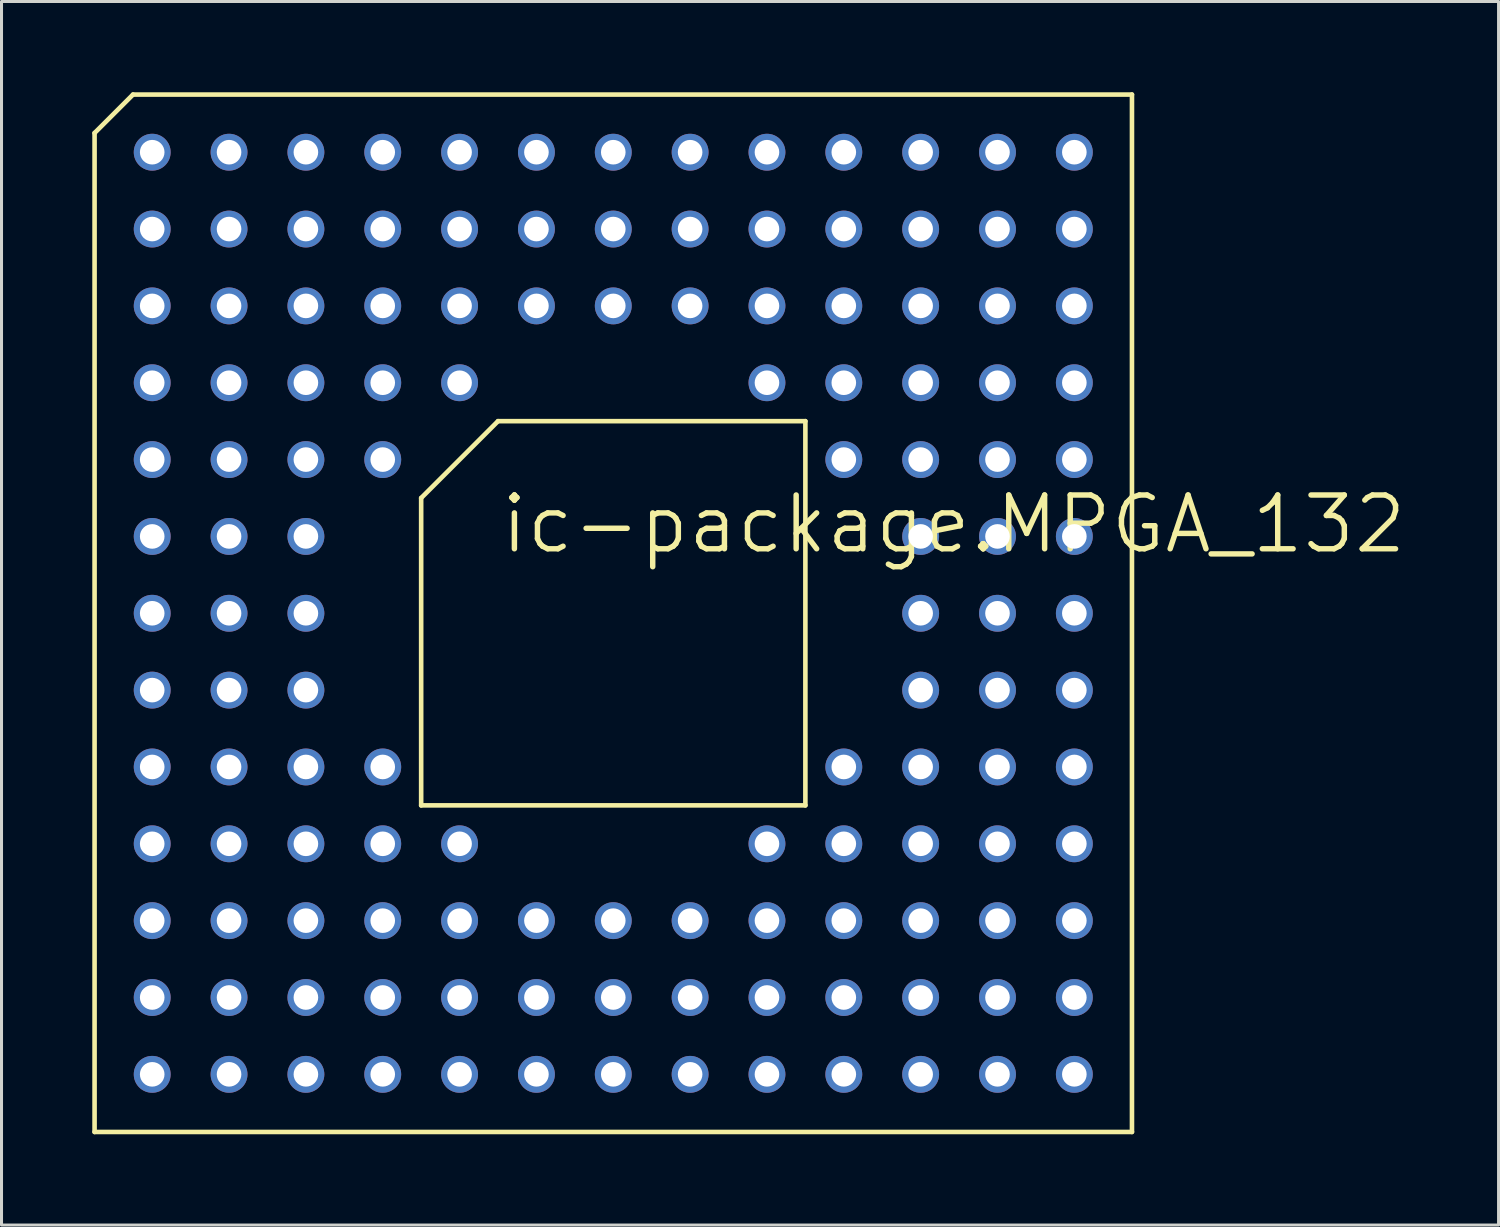
<source format=kicad_pcb>
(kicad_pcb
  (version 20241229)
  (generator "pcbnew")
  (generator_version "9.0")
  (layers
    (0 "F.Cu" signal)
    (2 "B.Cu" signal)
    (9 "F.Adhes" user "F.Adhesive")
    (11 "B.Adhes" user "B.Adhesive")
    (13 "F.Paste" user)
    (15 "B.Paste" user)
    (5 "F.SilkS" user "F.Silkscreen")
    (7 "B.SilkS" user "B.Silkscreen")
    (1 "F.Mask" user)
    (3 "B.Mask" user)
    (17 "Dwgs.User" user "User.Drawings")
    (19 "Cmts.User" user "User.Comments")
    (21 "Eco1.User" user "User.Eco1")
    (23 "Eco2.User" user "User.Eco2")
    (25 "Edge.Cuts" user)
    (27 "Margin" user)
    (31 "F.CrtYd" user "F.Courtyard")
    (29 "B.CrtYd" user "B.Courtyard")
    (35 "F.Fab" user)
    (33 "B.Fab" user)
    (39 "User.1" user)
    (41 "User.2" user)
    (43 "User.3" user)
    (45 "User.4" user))
  (footprint "ic-package.MPGA_132"
    (layer "F.Cu")
    (at 17.221 17.221)
    (property "Reference" "ic-package.MPGA_132" (at -3.81 -1.905 0) (layer "F.SilkS") (effects (font (size 1.778 1.778) (thickness 0.18)) (justify left bottom)))
    (attr through_hole)
    (fp_line (start -17.145 -15.875) (end -15.875 -17.145) (stroke (width 0.152) (type default)) (layer "F.SilkS"))
    (fp_line (start -17.145 17.145) (end -17.145 -15.875) (stroke (width 0.152) (type default)) (layer "F.SilkS"))
    (fp_line (start -15.875 -17.145) (end 17.145 -17.145) (stroke (width 0.152) (type default)) (layer "F.SilkS"))
    (fp_line (start -6.35 -3.81) (end -6.35 6.35) (stroke (width 0.152) (type default)) (layer "F.SilkS"))
    (fp_line (start -6.35 6.35) (end 6.35 6.35) (stroke (width 0.152) (type default)) (layer "F.SilkS"))
    (fp_line (start -3.81 -6.35) (end -6.35 -3.81) (stroke (width 0.152) (type default)) (layer "F.SilkS"))
    (fp_line (start 6.35 -6.35) (end -3.81 -6.35) (stroke (width 0.152) (type default)) (layer "F.SilkS"))
    (fp_line (start 6.35 6.35) (end 6.35 -6.35) (stroke (width 0.152) (type default)) (layer "F.SilkS"))
    (fp_line (start 17.145 -17.145) (end 17.145 17.145) (stroke (width 0.152) (type default)) (layer "F.SilkS"))
    (fp_line (start 17.145 17.145) (end -17.145 17.145) (stroke (width 0.152) (type default)) (layer "F.SilkS"))
    (pad "A01" thru_hole circle (at -15.24 -15.24 90) (size 1.219 1.219) (drill 0.813) (layers "*.Cu" "*.Mask"))
    (pad "A02" thru_hole circle (at -12.7 -15.24 90) (size 1.219 1.219) (drill 0.813) (layers "*.Cu" "*.Mask"))
    (pad "A03" thru_hole circle (at -10.16 -15.24 90) (size 1.219 1.219) (drill 0.813) (layers "*.Cu" "*.Mask"))
    (pad "A04" thru_hole circle (at -7.62 -15.24 90) (size 1.219 1.219) (drill 0.813) (layers "*.Cu" "*.Mask"))
    (pad "A05" thru_hole circle (at -5.08 -15.24 90) (size 1.219 1.219) (drill 0.813) (layers "*.Cu" "*.Mask"))
    (pad "A06" thru_hole circle (at -2.54 -15.24 90) (size 1.219 1.219) (drill 0.813) (layers "*.Cu" "*.Mask"))
    (pad "A07" thru_hole circle (at 0 -15.24 90) (size 1.219 1.219) (drill 0.813) (layers "*.Cu" "*.Mask"))
    (pad "A08" thru_hole circle (at 2.54 -15.24 90) (size 1.219 1.219) (drill 0.813) (layers "*.Cu" "*.Mask"))
    (pad "A09" thru_hole circle (at 5.08 -15.24 90) (size 1.219 1.219) (drill 0.813) (layers "*.Cu" "*.Mask"))
    (pad "A10" thru_hole circle (at 7.62 -15.24 90) (size 1.219 1.219) (drill 0.813) (layers "*.Cu" "*.Mask"))
    (pad "A11" thru_hole circle (at 10.16 -15.24 90) (size 1.219 1.219) (drill 0.813) (layers "*.Cu" "*.Mask"))
    (pad "A12" thru_hole circle (at 12.7 -15.24 90) (size 1.219 1.219) (drill 0.813) (layers "*.Cu" "*.Mask"))
    (pad "A13" thru_hole circle (at 15.24 -15.24 90) (size 1.219 1.219) (drill 0.813) (layers "*.Cu" "*.Mask"))
    (pad "B01" thru_hole circle (at -15.24 -12.7 90) (size 1.219 1.219) (drill 0.813) (layers "*.Cu" "*.Mask"))
    (pad "B02" thru_hole circle (at -12.7 -12.7 90) (size 1.219 1.219) (drill 0.813) (layers "*.Cu" "*.Mask"))
    (pad "B03" thru_hole circle (at -10.16 -12.7 90) (size 1.219 1.219) (drill 0.813) (layers "*.Cu" "*.Mask"))
    (pad "B04" thru_hole circle (at -7.62 -12.7 90) (size 1.219 1.219) (drill 0.813) (layers "*.Cu" "*.Mask"))
    (pad "B05" thru_hole circle (at -5.08 -12.7 90) (size 1.219 1.219) (drill 0.813) (layers "*.Cu" "*.Mask"))
    (pad "B06" thru_hole circle (at -2.54 -12.7 90) (size 1.219 1.219) (drill 0.813) (layers "*.Cu" "*.Mask"))
    (pad "B07" thru_hole circle (at 0 -12.7 90) (size 1.219 1.219) (drill 0.813) (layers "*.Cu" "*.Mask"))
    (pad "B08" thru_hole circle (at 2.54 -12.7 90) (size 1.219 1.219) (drill 0.813) (layers "*.Cu" "*.Mask"))
    (pad "B09" thru_hole circle (at 5.08 -12.7 90) (size 1.219 1.219) (drill 0.813) (layers "*.Cu" "*.Mask"))
    (pad "B10" thru_hole circle (at 7.62 -12.7 90) (size 1.219 1.219) (drill 0.813) (layers "*.Cu" "*.Mask"))
    (pad "B11" thru_hole circle (at 10.16 -12.7 90) (size 1.219 1.219) (drill 0.813) (layers "*.Cu" "*.Mask"))
    (pad "B12" thru_hole circle (at 12.7 -12.7 90) (size 1.219 1.219) (drill 0.813) (layers "*.Cu" "*.Mask"))
    (pad "B13" thru_hole circle (at 15.24 -12.7 90) (size 1.219 1.219) (drill 0.813) (layers "*.Cu" "*.Mask"))
    (pad "C01" thru_hole circle (at -15.24 -10.16 90) (size 1.219 1.219) (drill 0.813) (layers "*.Cu" "*.Mask"))
    (pad "C02" thru_hole circle (at -12.7 -10.16 90) (size 1.219 1.219) (drill 0.813) (layers "*.Cu" "*.Mask"))
    (pad "C03" thru_hole circle (at -10.16 -10.16 90) (size 1.219 1.219) (drill 0.813) (layers "*.Cu" "*.Mask"))
    (pad "C04" thru_hole circle (at -7.62 -10.16 90) (size 1.219 1.219) (drill 0.813) (layers "*.Cu" "*.Mask"))
    (pad "C05" thru_hole circle (at -5.08 -10.16 90) (size 1.219 1.219) (drill 0.813) (layers "*.Cu" "*.Mask"))
    (pad "C06" thru_hole circle (at -2.54 -10.16 90) (size 1.219 1.219) (drill 0.813) (layers "*.Cu" "*.Mask"))
    (pad "C07" thru_hole circle (at 0 -10.16 90) (size 1.219 1.219) (drill 0.813) (layers "*.Cu" "*.Mask"))
    (pad "C08" thru_hole circle (at 2.54 -10.16 90) (size 1.219 1.219) (drill 0.813) (layers "*.Cu" "*.Mask"))
    (pad "C09" thru_hole circle (at 5.08 -10.16 90) (size 1.219 1.219) (drill 0.813) (layers "*.Cu" "*.Mask"))
    (pad "C10" thru_hole circle (at 7.62 -10.16 90) (size 1.219 1.219) (drill 0.813) (layers "*.Cu" "*.Mask"))
    (pad "C11" thru_hole circle (at 10.16 -10.16 90) (size 1.219 1.219) (drill 0.813) (layers "*.Cu" "*.Mask"))
    (pad "C12" thru_hole circle (at 12.7 -10.16 90) (size 1.219 1.219) (drill 0.813) (layers "*.Cu" "*.Mask"))
    (pad "C13" thru_hole circle (at 15.24 -10.16 90) (size 1.219 1.219) (drill 0.813) (layers "*.Cu" "*.Mask"))
    (pad "D01" thru_hole circle (at -15.24 -7.62 90) (size 1.219 1.219) (drill 0.813) (layers "*.Cu" "*.Mask"))
    (pad "D02" thru_hole circle (at -12.7 -7.62 90) (size 1.219 1.219) (drill 0.813) (layers "*.Cu" "*.Mask"))
    (pad "D03" thru_hole circle (at -10.16 -7.62 90) (size 1.219 1.219) (drill 0.813) (layers "*.Cu" "*.Mask"))
    (pad "D04" thru_hole circle (at -7.62 -7.62 90) (size 1.219 1.219) (drill 0.813) (layers "*.Cu" "*.Mask"))
    (pad "D05" thru_hole circle (at -5.08 -7.62 90) (size 1.219 1.219) (drill 0.813) (layers "*.Cu" "*.Mask"))
    (pad "D09" thru_hole circle (at 5.08 -7.62 90) (size 1.219 1.219) (drill 0.813) (layers "*.Cu" "*.Mask"))
    (pad "D10" thru_hole circle (at 7.62 -7.62 90) (size 1.219 1.219) (drill 0.813) (layers "*.Cu" "*.Mask"))
    (pad "D11" thru_hole circle (at 10.16 -7.62 90) (size 1.219 1.219) (drill 0.813) (layers "*.Cu" "*.Mask"))
    (pad "D12" thru_hole circle (at 12.7 -7.62 90) (size 1.219 1.219) (drill 0.813) (layers "*.Cu" "*.Mask"))
    (pad "D13" thru_hole circle (at 15.24 -7.62 90) (size 1.219 1.219) (drill 0.813) (layers "*.Cu" "*.Mask"))
    (pad "E01" thru_hole circle (at -15.24 -5.08 90) (size 1.219 1.219) (drill 0.813) (layers "*.Cu" "*.Mask"))
    (pad "E02" thru_hole circle (at -12.7 -5.08 90) (size 1.219 1.219) (drill 0.813) (layers "*.Cu" "*.Mask"))
    (pad "E03" thru_hole circle (at -10.16 -5.08 90) (size 1.219 1.219) (drill 0.813) (layers "*.Cu" "*.Mask"))
    (pad "E04" thru_hole circle (at -7.62 -5.08 90) (size 1.219 1.219) (drill 0.813) (layers "*.Cu" "*.Mask"))
    (pad "E10" thru_hole circle (at 7.62 -5.08 90) (size 1.219 1.219) (drill 0.813) (layers "*.Cu" "*.Mask"))
    (pad "E11" thru_hole circle (at 10.16 -5.08 90) (size 1.219 1.219) (drill 0.813) (layers "*.Cu" "*.Mask"))
    (pad "E12" thru_hole circle (at 12.7 -5.08 90) (size 1.219 1.219) (drill 0.813) (layers "*.Cu" "*.Mask"))
    (pad "E13" thru_hole circle (at 15.24 -5.08 90) (size 1.219 1.219) (drill 0.813) (layers "*.Cu" "*.Mask"))
    (pad "F01" thru_hole circle (at -15.24 -2.54 90) (size 1.219 1.219) (drill 0.813) (layers "*.Cu" "*.Mask"))
    (pad "F02" thru_hole circle (at -12.7 -2.54 90) (size 1.219 1.219) (drill 0.813) (layers "*.Cu" "*.Mask"))
    (pad "F03" thru_hole circle (at -10.16 -2.54 90) (size 1.219 1.219) (drill 0.813) (layers "*.Cu" "*.Mask"))
    (pad "F11" thru_hole circle (at 10.16 -2.54 90) (size 1.219 1.219) (drill 0.813) (layers "*.Cu" "*.Mask"))
    (pad "F12" thru_hole circle (at 12.7 -2.54 90) (size 1.219 1.219) (drill 0.813) (layers "*.Cu" "*.Mask"))
    (pad "F13" thru_hole circle (at 15.24 -2.54 90) (size 1.219 1.219) (drill 0.813) (layers "*.Cu" "*.Mask"))
    (pad "G01" thru_hole circle (at -15.24 0 90) (size 1.219 1.219) (drill 0.813) (layers "*.Cu" "*.Mask"))
    (pad "G02" thru_hole circle (at -12.7 0 90) (size 1.219 1.219) (drill 0.813) (layers "*.Cu" "*.Mask"))
    (pad "G03" thru_hole circle (at -10.16 0 90) (size 1.219 1.219) (drill 0.813) (layers "*.Cu" "*.Mask"))
    (pad "G11" thru_hole circle (at 10.16 0 90) (size 1.219 1.219) (drill 0.813) (layers "*.Cu" "*.Mask"))
    (pad "G12" thru_hole circle (at 12.7 0 90) (size 1.219 1.219) (drill 0.813) (layers "*.Cu" "*.Mask"))
    (pad "G13" thru_hole circle (at 15.24 0 90) (size 1.219 1.219) (drill 0.813) (layers "*.Cu" "*.Mask"))
    (pad "H01" thru_hole circle (at -15.24 2.54 90) (size 1.219 1.219) (drill 0.813) (layers "*.Cu" "*.Mask"))
    (pad "H02" thru_hole circle (at -12.7 2.54 90) (size 1.219 1.219) (drill 0.813) (layers "*.Cu" "*.Mask"))
    (pad "H03" thru_hole circle (at -10.16 2.54 90) (size 1.219 1.219) (drill 0.813) (layers "*.Cu" "*.Mask"))
    (pad "H11" thru_hole circle (at 10.16 2.54 90) (size 1.219 1.219) (drill 0.813) (layers "*.Cu" "*.Mask"))
    (pad "H12" thru_hole circle (at 12.7 2.54 90) (size 1.219 1.219) (drill 0.813) (layers "*.Cu" "*.Mask"))
    (pad "H13" thru_hole circle (at 15.24 2.54 90) (size 1.219 1.219) (drill 0.813) (layers "*.Cu" "*.Mask"))
    (pad "J01" thru_hole circle (at -15.24 5.08 90) (size 1.219 1.219) (drill 0.813) (layers "*.Cu" "*.Mask"))
    (pad "J02" thru_hole circle (at -12.7 5.08 90) (size 1.219 1.219) (drill 0.813) (layers "*.Cu" "*.Mask"))
    (pad "J03" thru_hole circle (at -10.16 5.08 90) (size 1.219 1.219) (drill 0.813) (layers "*.Cu" "*.Mask"))
    (pad "J04" thru_hole circle (at -7.62 5.08 90) (size 1.219 1.219) (drill 0.813) (layers "*.Cu" "*.Mask"))
    (pad "J10" thru_hole circle (at 7.62 5.08 90) (size 1.219 1.219) (drill 0.813) (layers "*.Cu" "*.Mask"))
    (pad "J11" thru_hole circle (at 10.16 5.08 90) (size 1.219 1.219) (drill 0.813) (layers "*.Cu" "*.Mask"))
    (pad "J12" thru_hole circle (at 12.7 5.08 90) (size 1.219 1.219) (drill 0.813) (layers "*.Cu" "*.Mask"))
    (pad "J13" thru_hole circle (at 15.24 5.08 90) (size 1.219 1.219) (drill 0.813) (layers "*.Cu" "*.Mask"))
    (pad "K01" thru_hole circle (at -15.24 7.62 90) (size 1.219 1.219) (drill 0.813) (layers "*.Cu" "*.Mask"))
    (pad "K02" thru_hole circle (at -12.7 7.62 90) (size 1.219 1.219) (drill 0.813) (layers "*.Cu" "*.Mask"))
    (pad "K03" thru_hole circle (at -10.16 7.62 90) (size 1.219 1.219) (drill 0.813) (layers "*.Cu" "*.Mask"))
    (pad "K04" thru_hole circle (at -7.62 7.62 90) (size 1.219 1.219) (drill 0.813) (layers "*.Cu" "*.Mask"))
    (pad "K05" thru_hole circle (at -5.08 7.62 90) (size 1.219 1.219) (drill 0.813) (layers "*.Cu" "*.Mask"))
    (pad "K09" thru_hole circle (at 5.08 7.62 90) (size 1.219 1.219) (drill 0.813) (layers "*.Cu" "*.Mask"))
    (pad "K10" thru_hole circle (at 7.62 7.62 90) (size 1.219 1.219) (drill 0.813) (layers "*.Cu" "*.Mask"))
    (pad "K11" thru_hole circle (at 10.16 7.62 90) (size 1.219 1.219) (drill 0.813) (layers "*.Cu" "*.Mask"))
    (pad "K12" thru_hole circle (at 12.7 7.62 90) (size 1.219 1.219) (drill 0.813) (layers "*.Cu" "*.Mask"))
    (pad "K13" thru_hole circle (at 15.24 7.62 90) (size 1.219 1.219) (drill 0.813) (layers "*.Cu" "*.Mask"))
    (pad "L01" thru_hole circle (at -15.24 10.16 90) (size 1.219 1.219) (drill 0.813) (layers "*.Cu" "*.Mask"))
    (pad "L02" thru_hole circle (at -12.7 10.16 90) (size 1.219 1.219) (drill 0.813) (layers "*.Cu" "*.Mask"))
    (pad "L03" thru_hole circle (at -10.16 10.16 90) (size 1.219 1.219) (drill 0.813) (layers "*.Cu" "*.Mask"))
    (pad "L04" thru_hole circle (at -7.62 10.16 90) (size 1.219 1.219) (drill 0.813) (layers "*.Cu" "*.Mask"))
    (pad "L05" thru_hole circle (at -5.08 10.16 90) (size 1.219 1.219) (drill 0.813) (layers "*.Cu" "*.Mask"))
    (pad "L06" thru_hole circle (at -2.54 10.16 90) (size 1.219 1.219) (drill 0.813) (layers "*.Cu" "*.Mask"))
    (pad "L07" thru_hole circle (at 0 10.16 90) (size 1.219 1.219) (drill 0.813) (layers "*.Cu" "*.Mask"))
    (pad "L08" thru_hole circle (at 2.54 10.16 90) (size 1.219 1.219) (drill 0.813) (layers "*.Cu" "*.Mask"))
    (pad "L09" thru_hole circle (at 5.08 10.16 90) (size 1.219 1.219) (drill 0.813) (layers "*.Cu" "*.Mask"))
    (pad "L10" thru_hole circle (at 7.62 10.16 90) (size 1.219 1.219) (drill 0.813) (layers "*.Cu" "*.Mask"))
    (pad "L11" thru_hole circle (at 10.16 10.16 90) (size 1.219 1.219) (drill 0.813) (layers "*.Cu" "*.Mask"))
    (pad "L12" thru_hole circle (at 12.7 10.16 90) (size 1.219 1.219) (drill 0.813) (layers "*.Cu" "*.Mask"))
    (pad "L13" thru_hole circle (at 15.24 10.16 90) (size 1.219 1.219) (drill 0.813) (layers "*.Cu" "*.Mask"))
    (pad "M01" thru_hole circle (at -15.24 12.7 90) (size 1.219 1.219) (drill 0.813) (layers "*.Cu" "*.Mask"))
    (pad "M02" thru_hole circle (at -12.7 12.7 90) (size 1.219 1.219) (drill 0.813) (layers "*.Cu" "*.Mask"))
    (pad "M03" thru_hole circle (at -10.16 12.7 90) (size 1.219 1.219) (drill 0.813) (layers "*.Cu" "*.Mask"))
    (pad "M04" thru_hole circle (at -7.62 12.7 90) (size 1.219 1.219) (drill 0.813) (layers "*.Cu" "*.Mask"))
    (pad "M05" thru_hole circle (at -5.08 12.7 90) (size 1.219 1.219) (drill 0.813) (layers "*.Cu" "*.Mask"))
    (pad "M06" thru_hole circle (at -2.54 12.7 90) (size 1.219 1.219) (drill 0.813) (layers "*.Cu" "*.Mask"))
    (pad "M07" thru_hole circle (at 0 12.7 90) (size 1.219 1.219) (drill 0.813) (layers "*.Cu" "*.Mask"))
    (pad "M08" thru_hole circle (at 2.54 12.7 90) (size 1.219 1.219) (drill 0.813) (layers "*.Cu" "*.Mask"))
    (pad "M09" thru_hole circle (at 5.08 12.7 90) (size 1.219 1.219) (drill 0.813) (layers "*.Cu" "*.Mask"))
    (pad "M10" thru_hole circle (at 7.62 12.7 90) (size 1.219 1.219) (drill 0.813) (layers "*.Cu" "*.Mask"))
    (pad "M11" thru_hole circle (at 10.16 12.7 90) (size 1.219 1.219) (drill 0.813) (layers "*.Cu" "*.Mask"))
    (pad "M12" thru_hole circle (at 12.7 12.7 90) (size 1.219 1.219) (drill 0.813) (layers "*.Cu" "*.Mask"))
    (pad "M13" thru_hole circle (at 15.24 12.7 90) (size 1.219 1.219) (drill 0.813) (layers "*.Cu" "*.Mask"))
    (pad "N01" thru_hole circle (at -15.24 15.24 90) (size 1.219 1.219) (drill 0.813) (layers "*.Cu" "*.Mask"))
    (pad "N02" thru_hole circle (at -12.7 15.24 90) (size 1.219 1.219) (drill 0.813) (layers "*.Cu" "*.Mask"))
    (pad "N03" thru_hole circle (at -10.16 15.24 90) (size 1.219 1.219) (drill 0.813) (layers "*.Cu" "*.Mask"))
    (pad "N04" thru_hole circle (at -7.62 15.24 90) (size 1.219 1.219) (drill 0.813) (layers "*.Cu" "*.Mask"))
    (pad "N05" thru_hole circle (at -5.08 15.24 90) (size 1.219 1.219) (drill 0.813) (layers "*.Cu" "*.Mask"))
    (pad "N06" thru_hole circle (at -2.54 15.24 90) (size 1.219 1.219) (drill 0.813) (layers "*.Cu" "*.Mask"))
    (pad "N07" thru_hole circle (at 0 15.24 90) (size 1.219 1.219) (drill 0.813) (layers "*.Cu" "*.Mask"))
    (pad "N08" thru_hole circle (at 2.54 15.24 90) (size 1.219 1.219) (drill 0.813) (layers "*.Cu" "*.Mask"))
    (pad "N09" thru_hole circle (at 5.08 15.24 90) (size 1.219 1.219) (drill 0.813) (layers "*.Cu" "*.Mask"))
    (pad "N10" thru_hole circle (at 7.62 15.24 90) (size 1.219 1.219) (drill 0.813) (layers "*.Cu" "*.Mask"))
    (pad "N11" thru_hole circle (at 10.16 15.24 90) (size 1.219 1.219) (drill 0.813) (layers "*.Cu" "*.Mask"))
    (pad "N12" thru_hole circle (at 12.7 15.24 90) (size 1.219 1.219) (drill 0.813) (layers "*.Cu" "*.Mask"))
    (pad "N13" thru_hole circle (at 15.24 15.24 90) (size 1.219 1.219) (drill 0.813) (layers "*.Cu" "*.Mask")))
  (gr_rect
    (start -3 -3)
    (end 46.483 37.442)
    (stroke (width 0.1) (type default))
    (fill no)
    (layer "Edge.Cuts")))
</source>
